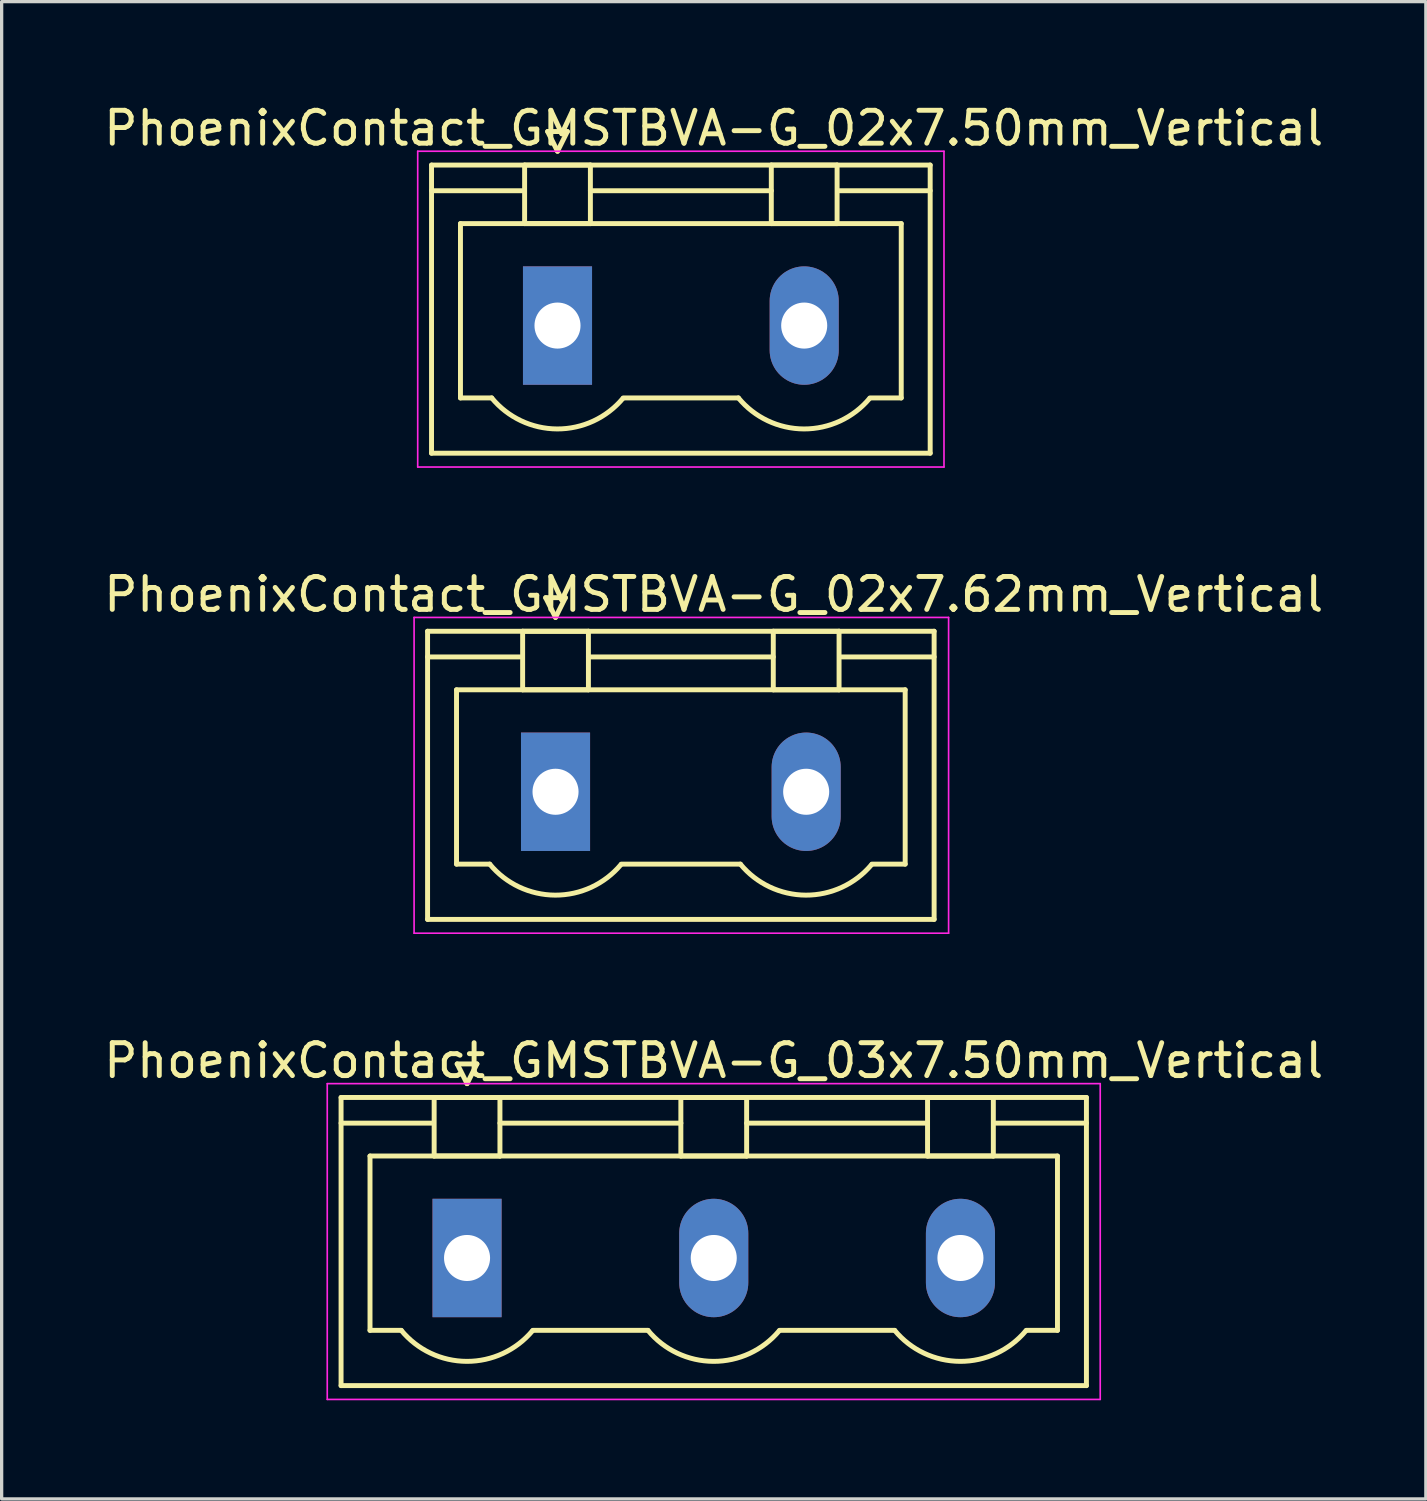
<source format=kicad_pcb>
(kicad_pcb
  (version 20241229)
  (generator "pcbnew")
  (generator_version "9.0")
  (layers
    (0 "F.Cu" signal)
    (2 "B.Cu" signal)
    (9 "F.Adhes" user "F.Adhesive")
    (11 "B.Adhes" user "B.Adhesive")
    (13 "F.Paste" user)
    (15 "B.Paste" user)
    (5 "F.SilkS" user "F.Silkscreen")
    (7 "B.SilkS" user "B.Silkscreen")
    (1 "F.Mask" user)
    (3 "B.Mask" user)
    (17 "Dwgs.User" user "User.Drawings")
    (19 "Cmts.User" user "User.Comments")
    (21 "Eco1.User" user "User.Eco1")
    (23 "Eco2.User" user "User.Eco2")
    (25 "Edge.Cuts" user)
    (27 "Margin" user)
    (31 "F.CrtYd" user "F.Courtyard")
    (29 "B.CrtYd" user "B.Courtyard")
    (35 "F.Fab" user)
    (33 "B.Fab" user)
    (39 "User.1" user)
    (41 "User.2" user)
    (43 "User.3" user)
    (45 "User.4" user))
  (footprint "PhoenixContact_GMSTBVA-G_03x7.50mm_Vertical"
    (layer "F.Cu")
    (at 11.149 35.195)
    (property "Reference" "PhoenixContact_GMSTBVA-G_03x7.50mm_Vertical" (at 7.5 -6 0) (layer "F.SilkS") (effects (font (size 1 1) (thickness 0.15))))
    (attr through_hole)
    (fp_line (start -3.83 -4.88) (end -3.83 3.88) (stroke (width 0.15) (type solid)) (layer "F.SilkS"))
    (fp_line (start -3.83 -4.1) (end -1.08 -4.1) (stroke (width 0.15) (type solid)) (layer "F.SilkS"))
    (fp_line (start -3.83 3.88) (end 18.83 3.88) (stroke (width 0.15) (type solid)) (layer "F.SilkS"))
    (fp_line (start -2.95 -3.1) (end 17.95 -3.1) (stroke (width 0.15) (type solid)) (layer "F.SilkS"))
    (fp_line (start -2.95 2.2) (end -2.95 -3.1) (stroke (width 0.15) (type solid)) (layer "F.SilkS"))
    (fp_line (start -2 2.2) (end -2.95 2.2) (stroke (width 0.15) (type solid)) (layer "F.SilkS"))
    (fp_line (start -1 -4.88) (end 1 -4.88) (stroke (width 0.15) (type solid)) (layer "F.SilkS"))
    (fp_line (start -1 -3.1) (end -1 -4.88) (stroke (width 0.15) (type solid)) (layer "F.SilkS"))
    (fp_line (start -0.3 -5.9) (end 0 -5.3) (stroke (width 0.15) (type solid)) (layer "F.SilkS"))
    (fp_line (start 0 -5.3) (end 0.3 -5.9) (stroke (width 0.15) (type solid)) (layer "F.SilkS"))
    (fp_line (start 0.3 -5.9) (end -0.3 -5.9) (stroke (width 0.15) (type solid)) (layer "F.SilkS"))
    (fp_line (start 1 -4.88) (end 1 -3.1) (stroke (width 0.15) (type solid)) (layer "F.SilkS"))
    (fp_line (start 1 -4.1) (end 6.5 -4.1) (stroke (width 0.15) (type solid)) (layer "F.SilkS"))
    (fp_line (start 1 -3.1) (end -1 -3.1) (stroke (width 0.15) (type solid)) (layer "F.SilkS"))
    (fp_line (start 2 2.2) (end 5.5 2.2) (stroke (width 0.15) (type solid)) (layer "F.SilkS"))
    (fp_line (start 6.5 -4.88) (end 8.5 -4.88) (stroke (width 0.15) (type solid)) (layer "F.SilkS"))
    (fp_line (start 6.5 -3.1) (end 6.5 -4.88) (stroke (width 0.15) (type solid)) (layer "F.SilkS"))
    (fp_line (start 8.5 -4.88) (end 8.5 -3.1) (stroke (width 0.15) (type solid)) (layer "F.SilkS"))
    (fp_line (start 8.5 -4.1) (end 14 -4.1) (stroke (width 0.15) (type solid)) (layer "F.SilkS"))
    (fp_line (start 8.5 -3.1) (end 6.5 -3.1) (stroke (width 0.15) (type solid)) (layer "F.SilkS"))
    (fp_line (start 9.5 2.2) (end 13 2.2) (stroke (width 0.15) (type solid)) (layer "F.SilkS"))
    (fp_line (start 14 -4.88) (end 16 -4.88) (stroke (width 0.15) (type solid)) (layer "F.SilkS"))
    (fp_line (start 14 -3.1) (end 14 -4.88) (stroke (width 0.15) (type solid)) (layer "F.SilkS"))
    (fp_line (start 16 -4.88) (end 16 -3.1) (stroke (width 0.15) (type solid)) (layer "F.SilkS"))
    (fp_line (start 16 -3.1) (end 14 -3.1) (stroke (width 0.15) (type solid)) (layer "F.SilkS"))
    (fp_line (start 17.95 -3.1) (end 17.95 2.2) (stroke (width 0.15) (type solid)) (layer "F.SilkS"))
    (fp_line (start 17.95 2.2) (end 17 2.2) (stroke (width 0.15) (type solid)) (layer "F.SilkS"))
    (fp_line (start 18.83 -4.88) (end -3.83 -4.88) (stroke (width 0.15) (type solid)) (layer "F.SilkS"))
    (fp_line (start 18.83 -4.1) (end 16.08 -4.1) (stroke (width 0.15) (type solid)) (layer "F.SilkS"))
    (fp_line (start 18.83 3.88) (end 18.83 -4.88) (stroke (width 0.15) (type solid)) (layer "F.SilkS"))
    (fp_arc (start 1.986842 2.215821) (mid -0.010289 3.142758) (end -2 2.2) (stroke (width 0.15) (type solid)) (layer "F.SilkS"))
    (fp_arc (start 9.486842 2.215821) (mid 7.489711 3.142758) (end 5.5 2.2) (stroke (width 0.15) (type solid)) (layer "F.SilkS"))
    (fp_arc (start 16.986842 2.215821) (mid 14.989711 3.142758) (end 13 2.2) (stroke (width 0.15) (type solid)) (layer "F.SilkS"))
    (fp_line (start -4.25 -5.3) (end -4.25 4.3) (stroke (width 0.05) (type solid)) (layer "F.CrtYd"))
    (fp_line (start -4.25 4.3) (end 19.25 4.3) (stroke (width 0.05) (type solid)) (layer "F.CrtYd"))
    (fp_line (start 19.25 -5.3) (end -4.25 -5.3) (stroke (width 0.05) (type solid)) (layer "F.CrtYd"))
    (fp_line (start 19.25 4.3) (end 19.25 -5.3) (stroke (width 0.05) (type solid)) (layer "F.CrtYd"))
    (pad "1" thru_hole rect (at 0 0) (size 2.1 3.6) (drill 1.4) (layers "*.Cu" "*.Mask"))
    (pad "2" thru_hole oval (at 7.5 0) (size 2.1 3.6) (drill 1.4) (layers "*.Cu" "*.Mask"))
    (pad "3" thru_hole oval (at 15 0) (size 2.1 3.6) (drill 1.4) (layers "*.Cu" "*.Mask")))
  (footprint "PhoenixContact_GMSTBVA-G_02x7.50mm_Vertical"
    (layer "F.Cu")
    (at 13.899 6.848)
    (property "Reference" "PhoenixContact_GMSTBVA-G_02x7.50mm_Vertical" (at 4.75 -6 0) (layer "F.SilkS") (effects (font (size 1 1) (thickness 0.15))))
    (attr through_hole)
    (fp_line (start -3.83 -4.88) (end -3.83 3.88) (stroke (width 0.15) (type solid)) (layer "F.SilkS"))
    (fp_line (start -3.83 -4.1) (end -1.08 -4.1) (stroke (width 0.15) (type solid)) (layer "F.SilkS"))
    (fp_line (start -3.83 3.88) (end 11.33 3.88) (stroke (width 0.15) (type solid)) (layer "F.SilkS"))
    (fp_line (start -2.95 -3.1) (end 10.45 -3.1) (stroke (width 0.15) (type solid)) (layer "F.SilkS"))
    (fp_line (start -2.95 2.2) (end -2.95 -3.1) (stroke (width 0.15) (type solid)) (layer "F.SilkS"))
    (fp_line (start -2 2.2) (end -2.95 2.2) (stroke (width 0.15) (type solid)) (layer "F.SilkS"))
    (fp_line (start -1 -4.88) (end 1 -4.88) (stroke (width 0.15) (type solid)) (layer "F.SilkS"))
    (fp_line (start -1 -3.1) (end -1 -4.88) (stroke (width 0.15) (type solid)) (layer "F.SilkS"))
    (fp_line (start -0.3 -5.9) (end 0 -5.3) (stroke (width 0.15) (type solid)) (layer "F.SilkS"))
    (fp_line (start 0 -5.3) (end 0.3 -5.9) (stroke (width 0.15) (type solid)) (layer "F.SilkS"))
    (fp_line (start 0.3 -5.9) (end -0.3 -5.9) (stroke (width 0.15) (type solid)) (layer "F.SilkS"))
    (fp_line (start 1 -4.88) (end 1 -3.1) (stroke (width 0.15) (type solid)) (layer "F.SilkS"))
    (fp_line (start 1 -4.1) (end 6.5 -4.1) (stroke (width 0.15) (type solid)) (layer "F.SilkS"))
    (fp_line (start 1 -3.1) (end -1 -3.1) (stroke (width 0.15) (type solid)) (layer "F.SilkS"))
    (fp_line (start 2 2.2) (end 5.5 2.2) (stroke (width 0.15) (type solid)) (layer "F.SilkS"))
    (fp_line (start 6.5 -4.88) (end 8.5 -4.88) (stroke (width 0.15) (type solid)) (layer "F.SilkS"))
    (fp_line (start 6.5 -3.1) (end 6.5 -4.88) (stroke (width 0.15) (type solid)) (layer "F.SilkS"))
    (fp_line (start 8.5 -4.88) (end 8.5 -3.1) (stroke (width 0.15) (type solid)) (layer "F.SilkS"))
    (fp_line (start 8.5 -3.1) (end 6.5 -3.1) (stroke (width 0.15) (type solid)) (layer "F.SilkS"))
    (fp_line (start 10.45 -3.1) (end 10.45 2.2) (stroke (width 0.15) (type solid)) (layer "F.SilkS"))
    (fp_line (start 10.45 2.2) (end 9.5 2.2) (stroke (width 0.15) (type solid)) (layer "F.SilkS"))
    (fp_line (start 11.33 -4.88) (end -3.83 -4.88) (stroke (width 0.15) (type solid)) (layer "F.SilkS"))
    (fp_line (start 11.33 -4.1) (end 8.58 -4.1) (stroke (width 0.15) (type solid)) (layer "F.SilkS"))
    (fp_line (start 11.33 3.88) (end 11.33 -4.88) (stroke (width 0.15) (type solid)) (layer "F.SilkS"))
    (fp_arc (start 1.986842 2.215821) (mid -0.010289 3.142758) (end -2 2.2) (stroke (width 0.15) (type solid)) (layer "F.SilkS"))
    (fp_arc (start 9.486842 2.215821) (mid 7.489711 3.142758) (end 5.5 2.2) (stroke (width 0.15) (type solid)) (layer "F.SilkS"))
    (fp_line (start -4.25 -5.3) (end -4.25 4.3) (stroke (width 0.05) (type solid)) (layer "F.CrtYd"))
    (fp_line (start -4.25 4.3) (end 11.75 4.3) (stroke (width 0.05) (type solid)) (layer "F.CrtYd"))
    (fp_line (start 11.75 -5.3) (end -4.25 -5.3) (stroke (width 0.05) (type solid)) (layer "F.CrtYd"))
    (fp_line (start 11.75 4.3) (end 11.75 -5.3) (stroke (width 0.05) (type solid)) (layer "F.CrtYd"))
    (pad "1" thru_hole rect (at 0 0) (size 2.1 3.6) (drill 1.4) (layers "*.Cu" "*.Mask"))
    (pad "2" thru_hole oval (at 7.5 0) (size 2.1 3.6) (drill 1.4) (layers "*.Cu" "*.Mask")))
  (footprint "PhoenixContact_GMSTBVA-G_02x7.62mm_Vertical"
    (layer "F.Cu")
    (at 13.839 21.021)
    (property "Reference" "PhoenixContact_GMSTBVA-G_02x7.62mm_Vertical" (at 4.81 -6 0) (layer "F.SilkS") (effects (font (size 1 1) (thickness 0.15))))
    (attr through_hole)
    (fp_line (start -3.89 -4.88) (end -3.89 3.88) (stroke (width 0.15) (type solid)) (layer "F.SilkS"))
    (fp_line (start -3.89 -4.1) (end -1.08 -4.1) (stroke (width 0.15) (type solid)) (layer "F.SilkS"))
    (fp_line (start -3.89 3.88) (end 11.51 3.88) (stroke (width 0.15) (type solid)) (layer "F.SilkS"))
    (fp_line (start -3.01 -3.1) (end 10.63 -3.1) (stroke (width 0.15) (type solid)) (layer "F.SilkS"))
    (fp_line (start -3.01 2.2) (end -3.01 -3.1) (stroke (width 0.15) (type solid)) (layer "F.SilkS"))
    (fp_line (start -2 2.2) (end -3.01 2.2) (stroke (width 0.15) (type solid)) (layer "F.SilkS"))
    (fp_line (start -1 -4.88) (end 1 -4.88) (stroke (width 0.15) (type solid)) (layer "F.SilkS"))
    (fp_line (start -1 -3.1) (end -1 -4.88) (stroke (width 0.15) (type solid)) (layer "F.SilkS"))
    (fp_line (start -0.3 -5.9) (end 0 -5.3) (stroke (width 0.15) (type solid)) (layer "F.SilkS"))
    (fp_line (start 0 -5.3) (end 0.3 -5.9) (stroke (width 0.15) (type solid)) (layer "F.SilkS"))
    (fp_line (start 0.3 -5.9) (end -0.3 -5.9) (stroke (width 0.15) (type solid)) (layer "F.SilkS"))
    (fp_line (start 1 -4.88) (end 1 -3.1) (stroke (width 0.15) (type solid)) (layer "F.SilkS"))
    (fp_line (start 1 -4.1) (end 6.62 -4.1) (stroke (width 0.15) (type solid)) (layer "F.SilkS"))
    (fp_line (start 1 -3.1) (end -1 -3.1) (stroke (width 0.15) (type solid)) (layer "F.SilkS"))
    (fp_line (start 2 2.2) (end 5.62 2.2) (stroke (width 0.15) (type solid)) (layer "F.SilkS"))
    (fp_line (start 6.62 -4.88) (end 8.62 -4.88) (stroke (width 0.15) (type solid)) (layer "F.SilkS"))
    (fp_line (start 6.62 -3.1) (end 6.62 -4.88) (stroke (width 0.15) (type solid)) (layer "F.SilkS"))
    (fp_line (start 8.62 -4.88) (end 8.62 -3.1) (stroke (width 0.15) (type solid)) (layer "F.SilkS"))
    (fp_line (start 8.62 -3.1) (end 6.62 -3.1) (stroke (width 0.15) (type solid)) (layer "F.SilkS"))
    (fp_line (start 10.63 -3.1) (end 10.63 2.2) (stroke (width 0.15) (type solid)) (layer "F.SilkS"))
    (fp_line (start 10.63 2.2) (end 9.62 2.2) (stroke (width 0.15) (type solid)) (layer "F.SilkS"))
    (fp_line (start 11.51 -4.88) (end -3.89 -4.88) (stroke (width 0.15) (type solid)) (layer "F.SilkS"))
    (fp_line (start 11.51 -4.1) (end 8.7 -4.1) (stroke (width 0.15) (type solid)) (layer "F.SilkS"))
    (fp_line (start 11.51 3.88) (end 11.51 -4.88) (stroke (width 0.15) (type solid)) (layer "F.SilkS"))
    (fp_arc (start 1.986842 2.215821) (mid -0.010289 3.142758) (end -2 2.2) (stroke (width 0.15) (type solid)) (layer "F.SilkS"))
    (fp_arc (start 9.606842 2.215821) (mid 7.609711 3.142758) (end 5.62 2.2) (stroke (width 0.15) (type solid)) (layer "F.SilkS"))
    (fp_line (start -4.3 -5.3) (end -4.3 4.3) (stroke (width 0.05) (type solid)) (layer "F.CrtYd"))
    (fp_line (start -4.3 4.3) (end 11.95 4.3) (stroke (width 0.05) (type solid)) (layer "F.CrtYd"))
    (fp_line (start 11.95 -5.3) (end -4.3 -5.3) (stroke (width 0.05) (type solid)) (layer "F.CrtYd"))
    (fp_line (start 11.95 4.3) (end 11.95 -5.3) (stroke (width 0.05) (type solid)) (layer "F.CrtYd"))
    (pad "1" thru_hole rect (at 0 0) (size 2.1 3.6) (drill 1.4) (layers "*.Cu" "*.Mask"))
    (pad "2" thru_hole oval (at 7.62 0) (size 2.1 3.6) (drill 1.4) (layers "*.Cu" "*.Mask")))
  (gr_rect
    (start -3 -3)
    (end 40.298 42.52)
    (stroke (width 0.1) (type default))
    (fill no)
    (layer "Edge.Cuts")))
</source>
